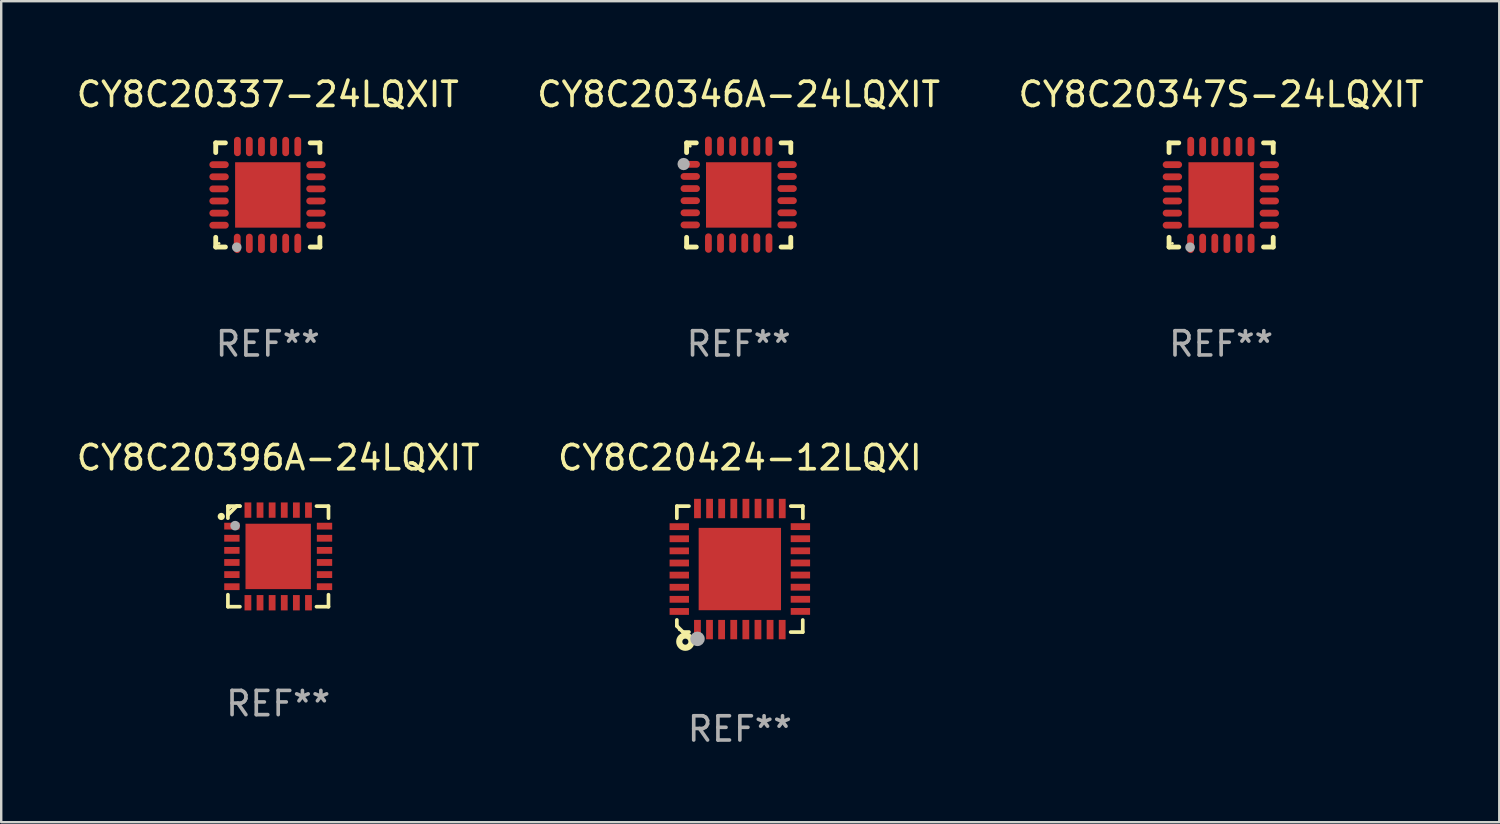
<source format=kicad_pcb>
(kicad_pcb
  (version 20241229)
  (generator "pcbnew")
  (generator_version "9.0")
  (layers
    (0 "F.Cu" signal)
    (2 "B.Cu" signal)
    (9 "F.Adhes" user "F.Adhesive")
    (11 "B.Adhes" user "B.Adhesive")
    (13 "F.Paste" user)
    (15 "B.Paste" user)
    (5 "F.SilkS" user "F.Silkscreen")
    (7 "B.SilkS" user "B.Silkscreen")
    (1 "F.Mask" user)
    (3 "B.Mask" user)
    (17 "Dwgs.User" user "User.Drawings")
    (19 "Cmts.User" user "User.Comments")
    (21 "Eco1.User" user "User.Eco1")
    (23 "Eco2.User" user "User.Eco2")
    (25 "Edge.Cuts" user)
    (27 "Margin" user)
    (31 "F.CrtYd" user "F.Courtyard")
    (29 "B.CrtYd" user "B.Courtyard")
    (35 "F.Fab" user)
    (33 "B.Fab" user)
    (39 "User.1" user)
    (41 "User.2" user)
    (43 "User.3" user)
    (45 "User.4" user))
  (footprint "CY8C20424-12LQXI"
    (layer "F.Cu")
    (at 27.494 20.445)
    (property "Reference" "CY8C20424-12LQXI" (at 0 -4.6 0) (layer "F.SilkS") (effects (font (size 1 1) (thickness 0.15))))
    (attr through_hole)
    (fp_line (start -2.601 2.097) (end -2.601 2.347) (stroke (width 0.152) (type solid)) (layer "F.SilkS"))
    (fp_line (start -2.601 2.347) (end -2.351 2.597) (stroke (width 0.152) (type solid)) (layer "F.SilkS"))
    (fp_line (start -2.601 -2.6) (end -2.601 -2.1) (stroke (width 0.152) (type solid)) (layer "F.SilkS"))
    (fp_line (start -2.601 -2.6) (end -2.101 -2.6) (stroke (width 0.152) (type solid)) (layer "F.SilkS"))
    (fp_line (start -2.351 2.597) (end -2.101 2.597) (stroke (width 0.152) (type solid)) (layer "F.SilkS"))
    (fp_line (start 2.597 2.6) (end 2.097 2.6) (stroke (width 0.152) (type solid)) (layer "F.SilkS"))
    (fp_line (start 2.597 2.6) (end 2.597 2.1) (stroke (width 0.152) (type solid)) (layer "F.SilkS"))
    (fp_line (start 2.601 -2.6) (end 2.101 -2.6) (stroke (width 0.152) (type solid)) (layer "F.SilkS"))
    (fp_line (start 2.601 -2.6) (end 2.601 -2.1) (stroke (width 0.152) (type solid)) (layer "F.SilkS"))
    (fp_circle (center -2.501 2.497) (end -2.471 2.497) (stroke (width 0.06) (type solid)) (fill no) (layer "F.SilkS"))
    (fp_circle (center -2.25 2.995) (end -2.125 2.995) (stroke (width 0.254) (type solid)) (fill no) (layer "F.SilkS"))
    (fp_circle (center -1.751 2.878) (end -1.601 2.878) (stroke (width 0.3) (type solid)) (fill no) (layer "F.Fab"))
    (fp_text user "REF**" (at 0 6.6 0) (layer "F.Fab") (effects (font (size 1 1) (thickness 0.15))))
    (pad "1" smd rect (at -1.751 2.497) (size 0.28 0.8) (layers "F.Cu" "F.Mask" "F.Paste"))
    (pad "2" smd rect (at -1.253 2.497) (size 0.28 0.8) (layers "F.Cu" "F.Mask" "F.Paste"))
    (pad "3" smd rect (at -0.753 2.497) (size 0.28 0.8) (layers "F.Cu" "F.Mask" "F.Paste"))
    (pad "4" smd rect (at -0.253 2.497) (size 0.28 0.8) (layers "F.Cu" "F.Mask" "F.Paste"))
    (pad "5" smd rect (at 0.247 2.497) (size 0.28 0.8) (layers "F.Cu" "F.Mask" "F.Paste"))
    (pad "6" smd rect (at 0.747 2.497) (size 0.28 0.8) (layers "F.Cu" "F.Mask" "F.Paste"))
    (pad "7" smd rect (at 1.247 2.497) (size 0.28 0.8) (layers "F.Cu" "F.Mask" "F.Paste"))
    (pad "8" smd rect (at 1.747 2.497) (size 0.28 0.8) (layers "F.Cu" "F.Mask" "F.Paste"))
    (pad "9" smd rect (at 2.499 1.746) (size 0.8 0.28) (layers "F.Cu" "F.Mask" "F.Paste"))
    (pad "10" smd rect (at 2.499 1.245) (size 0.8 0.28) (layers "F.Cu" "F.Mask" "F.Paste"))
    (pad "11" smd rect (at 2.499 0.746) (size 0.8 0.28) (layers "F.Cu" "F.Mask" "F.Paste"))
    (pad "12" smd rect (at 2.499 0.245) (size 0.8 0.28) (layers "F.Cu" "F.Mask" "F.Paste"))
    (pad "13" smd rect (at 2.499 -0.254) (size 0.8 0.28) (layers "F.Cu" "F.Mask" "F.Paste"))
    (pad "14" smd rect (at 2.499 -0.755) (size 0.8 0.28) (layers "F.Cu" "F.Mask" "F.Paste"))
    (pad "15" smd rect (at 2.499 -1.254) (size 0.8 0.28) (layers "F.Cu" "F.Mask" "F.Paste"))
    (pad "16" smd rect (at 2.499 -1.755) (size 0.8 0.28) (layers "F.Cu" "F.Mask" "F.Paste"))
    (pad "17" smd rect (at 1.75 -2.502) (size 0.28 0.8) (layers "F.Cu" "F.Mask" "F.Paste"))
    (pad "18" smd rect (at 1.25 -2.502) (size 0.28 0.8) (layers "F.Cu" "F.Mask" "F.Paste"))
    (pad "19" smd rect (at 0.75 -2.502) (size 0.28 0.8) (layers "F.Cu" "F.Mask" "F.Paste"))
    (pad "20" smd rect (at 0.25 -2.502) (size 0.28 0.8) (layers "F.Cu" "F.Mask" "F.Paste"))
    (pad "21" smd rect (at -0.25 -2.502) (size 0.28 0.8) (layers "F.Cu" "F.Mask" "F.Paste"))
    (pad "22" smd rect (at -0.75 -2.502) (size 0.28 0.8) (layers "F.Cu" "F.Mask" "F.Paste"))
    (pad "23" smd rect (at -1.25 -2.502) (size 0.28 0.8) (layers "F.Cu" "F.Mask" "F.Paste"))
    (pad "24" smd rect (at -1.75 -2.502) (size 0.28 0.8) (layers "F.Cu" "F.Mask" "F.Paste"))
    (pad "25" smd rect (at -2.501 -1.753) (size 0.8 0.28) (layers "F.Cu" "F.Mask" "F.Paste"))
    (pad "26" smd rect (at -2.501 -1.252) (size 0.8 0.28) (layers "F.Cu" "F.Mask" "F.Paste"))
    (pad "27" smd rect (at -2.501 -0.753) (size 0.8 0.28) (layers "F.Cu" "F.Mask" "F.Paste"))
    (pad "28" smd rect (at -2.501 -0.252) (size 0.8 0.28) (layers "F.Cu" "F.Mask" "F.Paste"))
    (pad "29" smd rect (at -2.501 0.247) (size 0.8 0.28) (layers "F.Cu" "F.Mask" "F.Paste"))
    (pad "30" smd rect (at -2.501 0.748) (size 0.8 0.28) (layers "F.Cu" "F.Mask" "F.Paste"))
    (pad "31" smd rect (at -2.501 1.247) (size 0.8 0.28) (layers "F.Cu" "F.Mask" "F.Paste"))
    (pad "32" smd rect (at -2.501 1.748) (size 0.8 0.28) (layers "F.Cu" "F.Mask" "F.Paste"))
    (pad "33" smd rect (at -0.001 -0.003 180) (size 3.4 3.4) (layers "F.Cu" "F.Mask" "F.Paste")))
  (footprint "CY8C20396A-24LQXIT"
    (layer "F.Cu")
    (at 8.435 19.921)
    (property "Reference" "CY8C20396A-24LQXIT" (at 0 -4.076 0) (layer "F.SilkS") (effects (font (size 1 1) (thickness 0.15))))
    (attr through_hole)
    (fp_line (start -2.076 -2.076) (end -2.076 -1.58) (stroke (width 0.152) (type solid)) (layer "F.SilkS"))
    (fp_line (start -2.076 2.076) (end -2.076 1.58) (stroke (width 0.152) (type solid)) (layer "F.SilkS"))
    (fp_line (start -1.713 -2.076) (end -2.076 -1.713) (stroke (width 0.152) (type solid)) (layer "F.SilkS"))
    (fp_line (start -1.58 -2.076) (end -2.076 -2.076) (stroke (width 0.152) (type solid)) (layer "F.SilkS"))
    (fp_line (start -1.58 -2.076) (end -1.713 -2.076) (stroke (width 0.152) (type solid)) (layer "F.SilkS"))
    (fp_line (start -1.58 2.076) (end -2.076 2.076) (stroke (width 0.152) (type solid)) (layer "F.SilkS"))
    (fp_line (start 1.58 -2.076) (end 2.076 -2.076) (stroke (width 0.152) (type solid)) (layer "F.SilkS"))
    (fp_line (start 1.58 2.076) (end 2.076 2.076) (stroke (width 0.152) (type solid)) (layer "F.SilkS"))
    (fp_line (start 2.076 -2.076) (end 2.076 -1.58) (stroke (width 0.152) (type solid)) (layer "F.SilkS"))
    (fp_line (start 2.076 2.076) (end 2.076 1.58) (stroke (width 0.152) (type solid)) (layer "F.SilkS"))
    (fp_circle (center -2.35 -1.65) (end -2.275 -1.65) (stroke (width 0.15) (type solid)) (fill no) (layer "F.SilkS"))
    (fp_circle (center -2 -2) (end -1.97 -2) (stroke (width 0.06) (type solid)) (fill no) (layer "F.SilkS"))
    (fp_circle (center -1.778 -1.27) (end -1.678 -1.27) (stroke (width 0.2) (type solid)) (fill no) (layer "F.Fab"))
    (fp_text user "REF**" (at 0 6.076 0) (layer "F.Fab") (effects (font (size 1 1) (thickness 0.15))))
    (pad "1" smd rect (at -1.912 -1.25) (size 0.633 0.28) (layers "F.Cu" "F.Mask" "F.Paste"))
    (pad "2" smd rect (at -1.912 -0.75) (size 0.633 0.28) (layers "F.Cu" "F.Mask" "F.Paste"))
    (pad "3" smd rect (at -1.912 -0.25) (size 0.633 0.28) (layers "F.Cu" "F.Mask" "F.Paste"))
    (pad "4" smd rect (at -1.912 0.25) (size 0.633 0.28) (layers "F.Cu" "F.Mask" "F.Paste"))
    (pad "5" smd rect (at -1.912 0.75) (size 0.633 0.28) (layers "F.Cu" "F.Mask" "F.Paste"))
    (pad "6" smd rect (at -1.912 1.25) (size 0.633 0.28) (layers "F.Cu" "F.Mask" "F.Paste"))
    (pad "7" smd rect (at -1.25 1.912) (size 0.28 0.633) (layers "F.Cu" "F.Mask" "F.Paste"))
    (pad "8" smd rect (at -0.75 1.912) (size 0.28 0.633) (layers "F.Cu" "F.Mask" "F.Paste"))
    (pad "9" smd rect (at -0.25 1.912) (size 0.28 0.633) (layers "F.Cu" "F.Mask" "F.Paste"))
    (pad "10" smd rect (at 0.25 1.912) (size 0.28 0.633) (layers "F.Cu" "F.Mask" "F.Paste"))
    (pad "11" smd rect (at 0.75 1.912) (size 0.28 0.633) (layers "F.Cu" "F.Mask" "F.Paste"))
    (pad "12" smd rect (at 1.25 1.912) (size 0.28 0.633) (layers "F.Cu" "F.Mask" "F.Paste"))
    (pad "13" smd rect (at 1.912 1.25) (size 0.633 0.28) (layers "F.Cu" "F.Mask" "F.Paste"))
    (pad "14" smd rect (at 1.912 0.75) (size 0.633 0.28) (layers "F.Cu" "F.Mask" "F.Paste"))
    (pad "15" smd rect (at 1.912 0.25) (size 0.633 0.28) (layers "F.Cu" "F.Mask" "F.Paste"))
    (pad "16" smd rect (at 1.912 -0.25) (size 0.633 0.28) (layers "F.Cu" "F.Mask" "F.Paste"))
    (pad "17" smd rect (at 1.912 -0.75) (size 0.633 0.28) (layers "F.Cu" "F.Mask" "F.Paste"))
    (pad "18" smd rect (at 1.912 -1.25) (size 0.633 0.28) (layers "F.Cu" "F.Mask" "F.Paste"))
    (pad "19" smd rect (at 1.25 -1.912) (size 0.28 0.633) (layers "F.Cu" "F.Mask" "F.Paste"))
    (pad "20" smd rect (at 0.75 -1.912) (size 0.28 0.633) (layers "F.Cu" "F.Mask" "F.Paste"))
    (pad "21" smd rect (at 0.25 -1.912) (size 0.28 0.633) (layers "F.Cu" "F.Mask" "F.Paste"))
    (pad "22" smd rect (at -0.25 -1.912) (size 0.28 0.633) (layers "F.Cu" "F.Mask" "F.Paste"))
    (pad "23" smd rect (at -0.75 -1.912) (size 0.28 0.633) (layers "F.Cu" "F.Mask" "F.Paste"))
    (pad "24" smd rect (at -1.25 -1.912) (size 0.28 0.633) (layers "F.Cu" "F.Mask" "F.Paste"))
    (pad "25" smd rect (at 0 0) (size 2.7 2.7) (layers "F.Cu" "F.Mask" "F.Paste")))
  (footprint "CY8C20347S-24LQXIT"
    (layer "F.Cu")
    (at 47.363 4.998)
    (property "Reference" "CY8C20347S-24LQXIT" (at 0 -4.15 0) (layer "F.SilkS") (effects (font (size 1 1) (thickness 0.15))))
    (attr through_hole)
    (fp_line (start -2.15 -2.15) (end -1.75 -2.15) (stroke (width 0.2) (type solid)) (layer "F.SilkS"))
    (fp_line (start -2.15 -1.75) (end -2.15 -2.15) (stroke (width 0.2) (type solid)) (layer "F.SilkS"))
    (fp_line (start -2.15 2.15) (end -2.15 1.75) (stroke (width 0.2) (type solid)) (layer "F.SilkS"))
    (fp_line (start -1.75 2.15) (end -2.15 2.15) (stroke (width 0.2) (type solid)) (layer "F.SilkS"))
    (fp_line (start 2.15 -2.15) (end 1.75 -2.15) (stroke (width 0.2) (type solid)) (layer "F.SilkS"))
    (fp_line (start 2.15 -1.75) (end 2.15 -2.15) (stroke (width 0.2) (type solid)) (layer "F.SilkS"))
    (fp_line (start 2.15 1.75) (end 2.15 2.15) (stroke (width 0.2) (type solid)) (layer "F.SilkS"))
    (fp_line (start 2.15 2.15) (end 1.75 2.15) (stroke (width 0.2) (type solid)) (layer "F.SilkS"))
    (fp_circle (center -2.013 2) (end -1.983 2) (stroke (width 0.06) (type solid)) (fill no) (layer "F.SilkS"))
    (fp_circle (center -1.282 2.159) (end -1.182 2.159) (stroke (width 0.2) (type solid)) (fill no) (layer "F.Fab"))
    (fp_text user "REF**" (at 0 6.15 0) (layer "F.Fab") (effects (font (size 1 1) (thickness 0.15))))
    (pad "1" smd oval (at -1.262 2) (size 0.28 0.8) (layers "F.Cu" "F.Mask" "F.Paste"))
    (pad "2" smd oval (at -0.763 2) (size 0.28 0.8) (layers "F.Cu" "F.Mask" "F.Paste"))
    (pad "3" smd oval (at -0.262 2) (size 0.28 0.8) (layers "F.Cu" "F.Mask" "F.Paste"))
    (pad "4" smd oval (at 0.237 2) (size 0.28 0.8) (layers "F.Cu" "F.Mask" "F.Paste"))
    (pad "5" smd oval (at 0.738 2) (size 0.28 0.8) (layers "F.Cu" "F.Mask" "F.Paste"))
    (pad "6" smd oval (at 1.237 2) (size 0.28 0.8) (layers "F.Cu" "F.Mask" "F.Paste"))
    (pad "7" smd oval (at 1.988 1.25) (size 0.8 0.28) (layers "F.Cu" "F.Mask" "F.Paste"))
    (pad "8" smd oval (at 1.988 0.75) (size 0.8 0.28) (layers "F.Cu" "F.Mask" "F.Paste"))
    (pad "9" smd oval (at 1.988 0.25) (size 0.8 0.28) (layers "F.Cu" "F.Mask" "F.Paste"))
    (pad "10" smd oval (at 1.988 -0.25) (size 0.8 0.28) (layers "F.Cu" "F.Mask" "F.Paste"))
    (pad "11" smd oval (at 1.988 -0.75) (size 0.8 0.28) (layers "F.Cu" "F.Mask" "F.Paste"))
    (pad "12" smd oval (at 1.988 -1.25) (size 0.8 0.28) (layers "F.Cu" "F.Mask" "F.Paste"))
    (pad "13" smd oval (at 1.237 -2) (size 0.28 0.8) (layers "F.Cu" "F.Mask" "F.Paste"))
    (pad "14" smd oval (at 0.738 -2) (size 0.28 0.8) (layers "F.Cu" "F.Mask" "F.Paste"))
    (pad "15" smd oval (at 0.237 -2) (size 0.28 0.8) (layers "F.Cu" "F.Mask" "F.Paste"))
    (pad "16" smd oval (at -0.262 -2) (size 0.28 0.8) (layers "F.Cu" "F.Mask" "F.Paste"))
    (pad "17" smd oval (at -0.763 -2) (size 0.28 0.8) (layers "F.Cu" "F.Mask" "F.Paste"))
    (pad "18" smd oval (at -1.255 -2) (size 0.28 0.8) (layers "F.Cu" "F.Mask" "F.Paste"))
    (pad "19" smd oval (at -2.012 -1.25) (size 0.8 0.28) (layers "F.Cu" "F.Mask" "F.Paste"))
    (pad "20" smd oval (at -2.012 -0.75) (size 0.8 0.28) (layers "F.Cu" "F.Mask" "F.Paste"))
    (pad "21" smd oval (at -2.012 -0.25) (size 0.8 0.28) (layers "F.Cu" "F.Mask" "F.Paste"))
    (pad "22" smd oval (at -2.012 0.25) (size 0.8 0.28) (layers "F.Cu" "F.Mask" "F.Paste"))
    (pad "23" smd oval (at -2.012 0.75) (size 0.8 0.28) (layers "F.Cu" "F.Mask" "F.Paste"))
    (pad "24" smd oval (at -2.012 1.25) (size 0.8 0.28) (layers "F.Cu" "F.Mask" "F.Paste"))
    (pad "25" smd rect (at -0.000013 -0.000025) (size 2.7 2.7) (layers "F.Cu" "F.Mask" "F.Paste")))
  (footprint "CY8C20346A-24LQXIT"
    (layer "F.Cu")
    (at 27.446 4.998)
    (property "Reference" "CY8C20346A-24LQXIT" (at 0 -4.15 0) (layer "F.SilkS") (effects (font (size 1 1) (thickness 0.15))))
    (attr through_hole)
    (fp_line (start -2.15 -2.15) (end -1.75 -2.15) (stroke (width 0.2) (type solid)) (layer "F.SilkS"))
    (fp_line (start -2.15 -1.75) (end -2.15 -2.15) (stroke (width 0.2) (type solid)) (layer "F.SilkS"))
    (fp_line (start -2.15 2.15) (end -2.15 1.75) (stroke (width 0.2) (type solid)) (layer "F.SilkS"))
    (fp_line (start -1.75 2.15) (end -2.15 2.15) (stroke (width 0.2) (type solid)) (layer "F.SilkS"))
    (fp_line (start 1.75 -2.15) (end 2.15 -2.15) (stroke (width 0.2) (type solid)) (layer "F.SilkS"))
    (fp_line (start 1.75 2.15) (end 2.15 2.15) (stroke (width 0.2) (type solid)) (layer "F.SilkS"))
    (fp_line (start 2.15 -2.15) (end 2.15 -1.75) (stroke (width 0.2) (type solid)) (layer "F.SilkS"))
    (fp_line (start 2.15 2.15) (end 2.15 1.75) (stroke (width 0.2) (type solid)) (layer "F.SilkS"))
    (fp_circle (center -2 -2.013) (end -1.97 -2.013) (stroke (width 0.06) (type solid)) (fill no) (layer "F.SilkS"))
    (fp_circle (center -2.273 -1.276) (end -2.146 -1.276) (stroke (width 0.254) (type solid)) (fill no) (layer "F.Fab"))
    (fp_text user "REF**" (at 0 6.15 0) (layer "F.Fab") (effects (font (size 1 1) (thickness 0.15))))
    (pad "1" smd oval (at -2 -1.263 90) (size 0.28 0.8) (layers "F.Cu" "F.Mask" "F.Paste"))
    (pad "2" smd oval (at -2 -0.763 90) (size 0.28 0.8) (layers "F.Cu" "F.Mask" "F.Paste"))
    (pad "3" smd oval (at -2 -0.263 90) (size 0.28 0.8) (layers "F.Cu" "F.Mask" "F.Paste"))
    (pad "4" smd oval (at -2 0.237 90) (size 0.28 0.8) (layers "F.Cu" "F.Mask" "F.Paste"))
    (pad "5" smd oval (at -2 0.737 90) (size 0.28 0.8) (layers "F.Cu" "F.Mask" "F.Paste"))
    (pad "6" smd oval (at -2 1.237 90) (size 0.28 0.8) (layers "F.Cu" "F.Mask" "F.Paste"))
    (pad "7" smd oval (at -1.25 1.987) (size 0.28 0.8) (layers "F.Cu" "F.Mask" "F.Paste"))
    (pad "8" smd oval (at -0.75 1.987) (size 0.28 0.8) (layers "F.Cu" "F.Mask" "F.Paste"))
    (pad "9" smd oval (at -0.25 1.987) (size 0.28 0.8) (layers "F.Cu" "F.Mask" "F.Paste"))
    (pad "10" smd oval (at 0.25 1.987) (size 0.28 0.8) (layers "F.Cu" "F.Mask" "F.Paste"))
    (pad "11" smd oval (at 0.75 1.987) (size 0.28 0.8) (layers "F.Cu" "F.Mask" "F.Paste"))
    (pad "12" smd oval (at 1.25 1.987) (size 0.28 0.8) (layers "F.Cu" "F.Mask" "F.Paste"))
    (pad "13" smd oval (at 2 1.237 90) (size 0.28 0.8) (layers "F.Cu" "F.Mask" "F.Paste"))
    (pad "14" smd oval (at 2 0.737 90) (size 0.28 0.8) (layers "F.Cu" "F.Mask" "F.Paste"))
    (pad "15" smd oval (at 2 0.237 90) (size 0.28 0.8) (layers "F.Cu" "F.Mask" "F.Paste"))
    (pad "16" smd oval (at 2 -0.263 90) (size 0.28 0.8) (layers "F.Cu" "F.Mask" "F.Paste"))
    (pad "17" smd oval (at 2 -0.763 90) (size 0.28 0.8) (layers "F.Cu" "F.Mask" "F.Paste"))
    (pad "18" smd oval (at 2 -1.255 90) (size 0.28 0.8) (layers "F.Cu" "F.Mask" "F.Paste"))
    (pad "19" smd oval (at 1.25 -2.013) (size 0.28 0.8) (layers "F.Cu" "F.Mask" "F.Paste"))
    (pad "20" smd oval (at 0.75 -2.013) (size 0.28 0.8) (layers "F.Cu" "F.Mask" "F.Paste"))
    (pad "21" smd oval (at 0.25 -2.013) (size 0.28 0.8) (layers "F.Cu" "F.Mask" "F.Paste"))
    (pad "22" smd oval (at -0.25 -2.013) (size 0.28 0.8) (layers "F.Cu" "F.Mask" "F.Paste"))
    (pad "23" smd oval (at -0.75 -2.013) (size 0.28 0.8) (layers "F.Cu" "F.Mask" "F.Paste"))
    (pad "24" smd oval (at -1.25 -2.013) (size 0.28 0.8) (layers "F.Cu" "F.Mask" "F.Paste"))
    (pad "25" smd rect (at -0.000127 -0.00014) (size 2.7 2.7) (layers "F.Cu" "F.Mask" "F.Paste")))
  (footprint "CY8C20337-24LQXIT"
    (layer "F.Cu")
    (at 8.006 4.998)
    (property "Reference" "CY8C20337-24LQXIT" (at 0 -4.15 0) (layer "F.SilkS") (effects (font (size 1 1) (thickness 0.15))))
    (attr through_hole)
    (fp_line (start -2.15 -2.15) (end -1.75 -2.15) (stroke (width 0.2) (type solid)) (layer "F.SilkS"))
    (fp_line (start -2.15 -1.75) (end -2.15 -2.15) (stroke (width 0.2) (type solid)) (layer "F.SilkS"))
    (fp_line (start -2.15 2.15) (end -2.15 1.75) (stroke (width 0.2) (type solid)) (layer "F.SilkS"))
    (fp_line (start -1.75 2.15) (end -2.15 2.15) (stroke (width 0.2) (type solid)) (layer "F.SilkS"))
    (fp_line (start 2.15 -2.15) (end 1.75 -2.15) (stroke (width 0.2) (type solid)) (layer "F.SilkS"))
    (fp_line (start 2.15 -1.75) (end 2.15 -2.15) (stroke (width 0.2) (type solid)) (layer "F.SilkS"))
    (fp_line (start 2.15 1.75) (end 2.15 2.15) (stroke (width 0.2) (type solid)) (layer "F.SilkS"))
    (fp_line (start 2.15 2.15) (end 1.75 2.15) (stroke (width 0.2) (type solid)) (layer "F.SilkS"))
    (fp_circle (center -2.013 2) (end -1.983 2) (stroke (width 0.06) (type solid)) (fill no) (layer "F.SilkS"))
    (fp_circle (center -1.282 2.159) (end -1.182 2.159) (stroke (width 0.2) (type solid)) (fill no) (layer "F.Fab"))
    (fp_text user "REF**" (at 0 6.15 0) (layer "F.Fab") (effects (font (size 1 1) (thickness 0.15))))
    (pad "1" smd oval (at -1.262 2) (size 0.28 0.8) (layers "F.Cu" "F.Mask" "F.Paste"))
    (pad "2" smd oval (at -0.763 2) (size 0.28 0.8) (layers "F.Cu" "F.Mask" "F.Paste"))
    (pad "3" smd oval (at -0.262 2) (size 0.28 0.8) (layers "F.Cu" "F.Mask" "F.Paste"))
    (pad "4" smd oval (at 0.237 2) (size 0.28 0.8) (layers "F.Cu" "F.Mask" "F.Paste"))
    (pad "5" smd oval (at 0.738 2) (size 0.28 0.8) (layers "F.Cu" "F.Mask" "F.Paste"))
    (pad "6" smd oval (at 1.237 2) (size 0.28 0.8) (layers "F.Cu" "F.Mask" "F.Paste"))
    (pad "7" smd oval (at 1.988 1.25) (size 0.8 0.28) (layers "F.Cu" "F.Mask" "F.Paste"))
    (pad "8" smd oval (at 1.988 0.75) (size 0.8 0.28) (layers "F.Cu" "F.Mask" "F.Paste"))
    (pad "9" smd oval (at 1.988 0.25) (size 0.8 0.28) (layers "F.Cu" "F.Mask" "F.Paste"))
    (pad "10" smd oval (at 1.988 -0.25) (size 0.8 0.28) (layers "F.Cu" "F.Mask" "F.Paste"))
    (pad "11" smd oval (at 1.988 -0.75) (size 0.8 0.28) (layers "F.Cu" "F.Mask" "F.Paste"))
    (pad "12" smd oval (at 1.988 -1.25) (size 0.8 0.28) (layers "F.Cu" "F.Mask" "F.Paste"))
    (pad "13" smd oval (at 1.237 -2) (size 0.28 0.8) (layers "F.Cu" "F.Mask" "F.Paste"))
    (pad "14" smd oval (at 0.738 -2) (size 0.28 0.8) (layers "F.Cu" "F.Mask" "F.Paste"))
    (pad "15" smd oval (at 0.237 -2) (size 0.28 0.8) (layers "F.Cu" "F.Mask" "F.Paste"))
    (pad "16" smd oval (at -0.262 -2) (size 0.28 0.8) (layers "F.Cu" "F.Mask" "F.Paste"))
    (pad "17" smd oval (at -0.763 -2) (size 0.28 0.8) (layers "F.Cu" "F.Mask" "F.Paste"))
    (pad "18" smd oval (at -1.255 -2) (size 0.28 0.8) (layers "F.Cu" "F.Mask" "F.Paste"))
    (pad "19" smd oval (at -2.012 -1.25) (size 0.8 0.28) (layers "F.Cu" "F.Mask" "F.Paste"))
    (pad "20" smd oval (at -2.012 -0.75) (size 0.8 0.28) (layers "F.Cu" "F.Mask" "F.Paste"))
    (pad "21" smd oval (at -2.012 -0.25) (size 0.8 0.28) (layers "F.Cu" "F.Mask" "F.Paste"))
    (pad "22" smd oval (at -2.012 0.25) (size 0.8 0.28) (layers "F.Cu" "F.Mask" "F.Paste"))
    (pad "23" smd oval (at -2.012 0.75) (size 0.8 0.28) (layers "F.Cu" "F.Mask" "F.Paste"))
    (pad "24" smd oval (at -2.012 1.25) (size 0.8 0.28) (layers "F.Cu" "F.Mask" "F.Paste"))
    (pad "25" smd rect (at -0.000013 -0.000025) (size 2.7 2.7) (layers "F.Cu" "F.Mask" "F.Paste")))
  (gr_rect
    (start -3 -3)
    (end 58.845 30.893)
    (stroke (width 0.1) (type default))
    (fill no)
    (layer "Edge.Cuts")))
</source>
